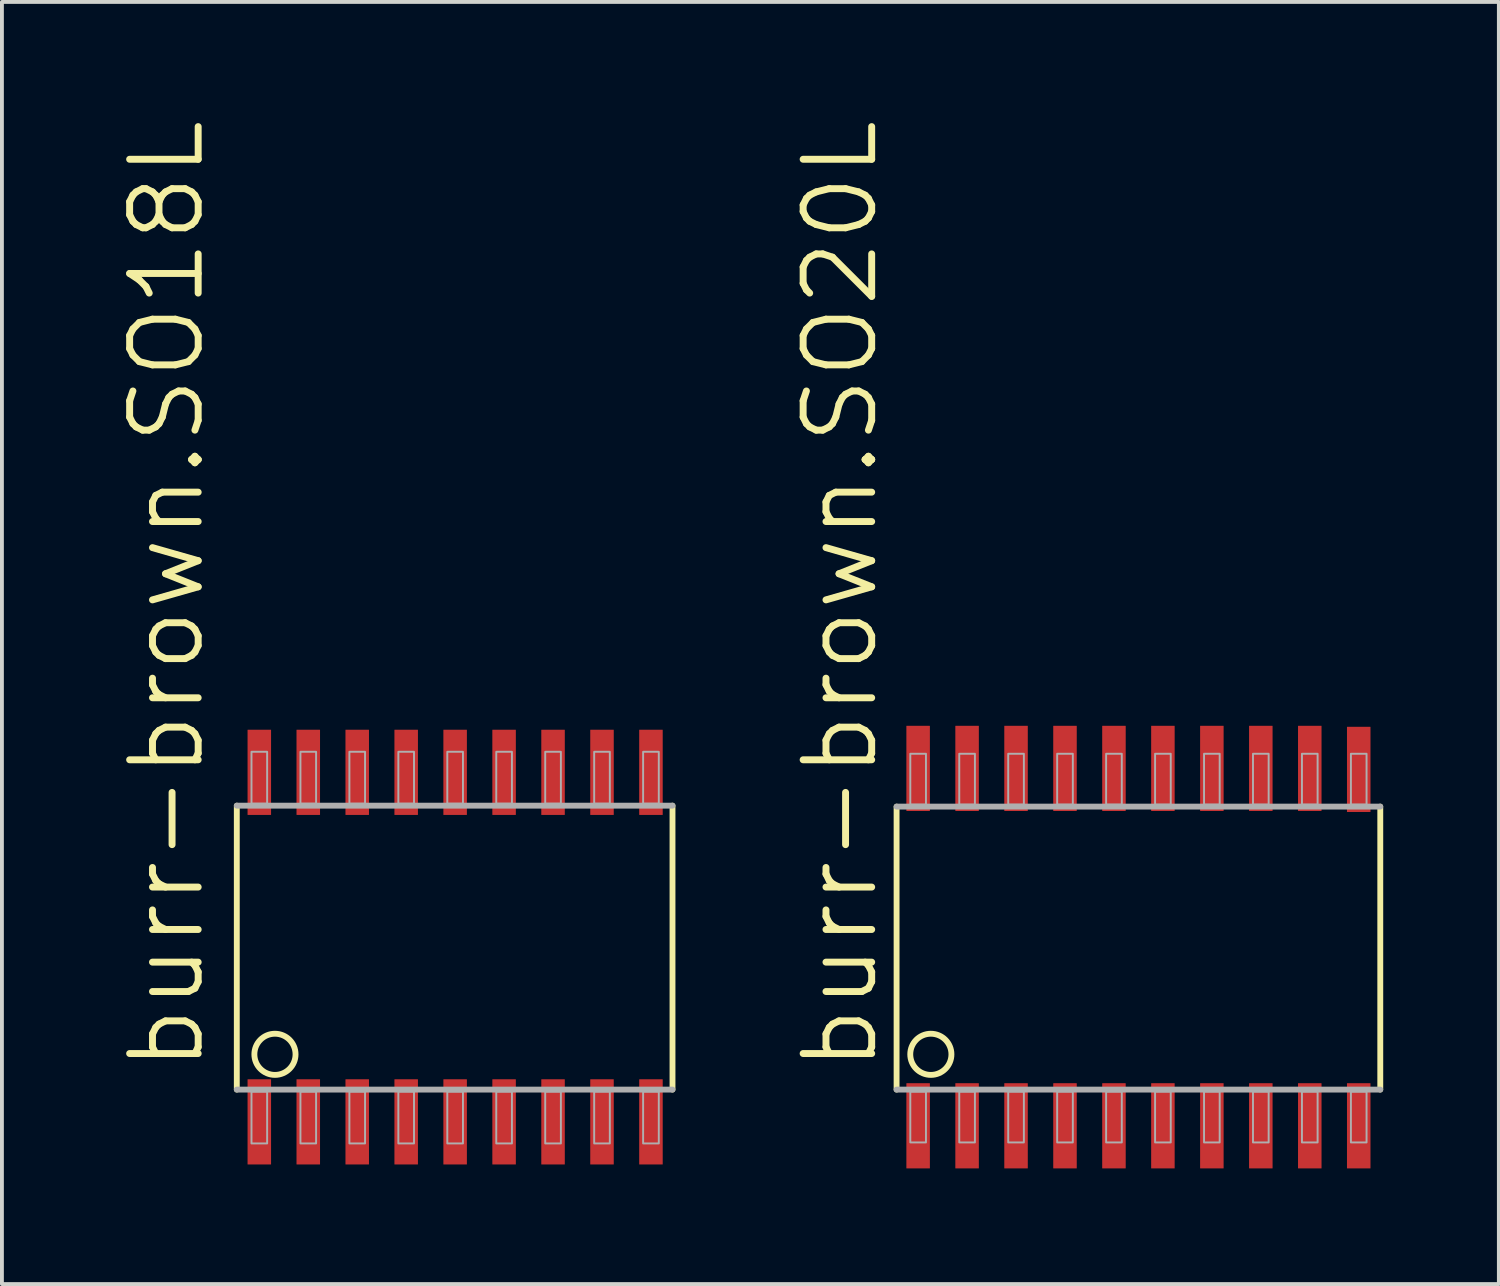
<source format=kicad_pcb>
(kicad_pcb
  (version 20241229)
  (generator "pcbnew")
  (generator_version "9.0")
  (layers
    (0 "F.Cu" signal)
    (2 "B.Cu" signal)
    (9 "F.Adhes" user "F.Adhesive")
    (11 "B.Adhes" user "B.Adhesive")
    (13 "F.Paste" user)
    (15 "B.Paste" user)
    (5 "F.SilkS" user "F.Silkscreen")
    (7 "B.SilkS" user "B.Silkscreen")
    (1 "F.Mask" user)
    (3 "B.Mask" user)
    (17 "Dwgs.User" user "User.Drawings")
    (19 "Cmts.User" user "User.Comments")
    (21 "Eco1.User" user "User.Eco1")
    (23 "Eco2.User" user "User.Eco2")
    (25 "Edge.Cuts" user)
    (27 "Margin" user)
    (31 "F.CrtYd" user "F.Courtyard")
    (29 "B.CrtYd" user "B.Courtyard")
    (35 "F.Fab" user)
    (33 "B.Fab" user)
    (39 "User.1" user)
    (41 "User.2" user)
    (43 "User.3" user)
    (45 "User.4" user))
  (footprint "burr-brown.SO20L"
    (layer "F.Cu")
    (at 26.483 21.52)
    (property "Reference" "burr-brown.SO20L" (at -6.693 3.302 90) (layer "F.SilkS") (effects (font (size 1.778 1.778) (thickness 0.18)) (justify left bottom)))
    (attr smd)
    (fp_line (start -6.274 -3.645) (end -6.274 3.696) (stroke (width 0.152) (type default)) (layer "F.SilkS"))
    (fp_line (start 6.274 3.696) (end 6.274 -3.645) (stroke (width 0.152) (type default)) (layer "F.SilkS"))
    (fp_circle (center -5.385 2.781) (end -4.851 2.781) (stroke (width 0.152) (type default)) (fill no) (layer "F.SilkS"))
    (fp_line (start -6.274 3.696) (end 6.274 3.696) (stroke (width 0.152) (type default)) (layer "F.Fab"))
    (fp_line (start 6.274 -3.645) (end -6.274 -3.645) (stroke (width 0.152) (type default)) (layer "F.Fab"))
    (fp_rect (start -5.918 -3.696) (end -5.512 -5.016) (stroke (width 0.05) (type default)) (fill no) (layer "F.Fab"))
    (fp_rect (start -5.918 5.067) (end -5.512 3.747) (stroke (width 0.05) (type default)) (fill no) (layer "F.Fab"))
    (fp_rect (start -4.648 -3.696) (end -4.242 -5.016) (stroke (width 0.05) (type default)) (fill no) (layer "F.Fab"))
    (fp_rect (start -4.648 5.067) (end -4.242 3.747) (stroke (width 0.05) (type default)) (fill no) (layer "F.Fab"))
    (fp_rect (start -3.378 -3.696) (end -2.972 -5.016) (stroke (width 0.05) (type default)) (fill no) (layer "F.Fab"))
    (fp_rect (start -3.378 5.067) (end -2.972 3.747) (stroke (width 0.05) (type default)) (fill no) (layer "F.Fab"))
    (fp_rect (start -2.108 -3.696) (end -1.702 -5.016) (stroke (width 0.05) (type default)) (fill no) (layer "F.Fab"))
    (fp_rect (start -2.108 5.067) (end -1.702 3.747) (stroke (width 0.05) (type default)) (fill no) (layer "F.Fab"))
    (fp_rect (start -0.838 -3.696) (end -0.432 -5.016) (stroke (width 0.05) (type default)) (fill no) (layer "F.Fab"))
    (fp_rect (start -0.838 5.067) (end -0.432 3.747) (stroke (width 0.05) (type default)) (fill no) (layer "F.Fab"))
    (fp_rect (start 0.432 -3.696) (end 0.838 -5.016) (stroke (width 0.05) (type default)) (fill no) (layer "F.Fab"))
    (fp_rect (start 0.432 5.067) (end 0.838 3.747) (stroke (width 0.05) (type default)) (fill no) (layer "F.Fab"))
    (fp_rect (start 1.702 -3.696) (end 2.108 -5.016) (stroke (width 0.05) (type default)) (fill no) (layer "F.Fab"))
    (fp_rect (start 1.702 5.067) (end 2.108 3.747) (stroke (width 0.05) (type default)) (fill no) (layer "F.Fab"))
    (fp_rect (start 2.972 -3.696) (end 3.378 -5.016) (stroke (width 0.05) (type default)) (fill no) (layer "F.Fab"))
    (fp_rect (start 2.972 5.067) (end 3.378 3.747) (stroke (width 0.05) (type default)) (fill no) (layer "F.Fab"))
    (fp_rect (start 4.242 -3.696) (end 4.648 -5.016) (stroke (width 0.05) (type default)) (fill no) (layer "F.Fab"))
    (fp_rect (start 4.242 5.067) (end 4.648 3.747) (stroke (width 0.05) (type default)) (fill no) (layer "F.Fab"))
    (fp_rect (start 5.512 -3.696) (end 5.918 -5.016) (stroke (width 0.05) (type default)) (fill no) (layer "F.Fab"))
    (fp_rect (start 5.512 5.067) (end 5.918 3.747) (stroke (width 0.05) (type default)) (fill no) (layer "F.Fab"))
    (pad "1" smd roundrect (at -5.715 4.636) (size 0.61 2.21) (layers "F.Cu" "F.Mask" "F.Paste") (roundrect_rratio 0.01))
    (pad "2" smd roundrect (at -4.445 4.636) (size 0.61 2.21) (layers "F.Cu" "F.Mask" "F.Paste") (roundrect_rratio 0.01))
    (pad "3" smd roundrect (at -3.175 4.636) (size 0.61 2.21) (layers "F.Cu" "F.Mask" "F.Paste") (roundrect_rratio 0.01))
    (pad "4" smd roundrect (at -1.905 4.636) (size 0.61 2.21) (layers "F.Cu" "F.Mask" "F.Paste") (roundrect_rratio 0.01))
    (pad "5" smd roundrect (at -0.635 4.636) (size 0.61 2.21) (layers "F.Cu" "F.Mask" "F.Paste") (roundrect_rratio 0.01))
    (pad "6" smd roundrect (at 0.635 4.636) (size 0.61 2.21) (layers "F.Cu" "F.Mask" "F.Paste") (roundrect_rratio 0.01))
    (pad "7" smd roundrect (at 1.905 4.636) (size 0.61 2.21) (layers "F.Cu" "F.Mask" "F.Paste") (roundrect_rratio 0.01))
    (pad "8" smd roundrect (at 3.175 4.636) (size 0.61 2.21) (layers "F.Cu" "F.Mask" "F.Paste") (roundrect_rratio 0.01))
    (pad "9" smd roundrect (at 4.445 4.636) (size 0.61 2.21) (layers "F.Cu" "F.Mask" "F.Paste") (roundrect_rratio 0.01))
    (pad "10" smd roundrect (at 5.715 4.636) (size 0.61 2.21) (layers "F.Cu" "F.Mask" "F.Paste") (roundrect_rratio 0.01))
    (pad "11" smd roundrect (at 5.715 -4.61) (size 0.61 2.21) (layers "F.Cu" "F.Mask" "F.Paste") (roundrect_rratio 0.01))
    (pad "12" smd roundrect (at 4.445 -4.636) (size 0.61 2.21) (layers "F.Cu" "F.Mask" "F.Paste") (roundrect_rratio 0.01))
    (pad "13" smd roundrect (at 3.175 -4.636) (size 0.61 2.21) (layers "F.Cu" "F.Mask" "F.Paste") (roundrect_rratio 0.01))
    (pad "14" smd roundrect (at 1.905 -4.636) (size 0.61 2.21) (layers "F.Cu" "F.Mask" "F.Paste") (roundrect_rratio 0.01))
    (pad "15" smd roundrect (at 0.635 -4.636) (size 0.61 2.21) (layers "F.Cu" "F.Mask" "F.Paste") (roundrect_rratio 0.01))
    (pad "16" smd roundrect (at -0.635 -4.636) (size 0.61 2.21) (layers "F.Cu" "F.Mask" "F.Paste") (roundrect_rratio 0.01))
    (pad "17" smd roundrect (at -1.905 -4.636) (size 0.61 2.21) (layers "F.Cu" "F.Mask" "F.Paste") (roundrect_rratio 0.01))
    (pad "18" smd roundrect (at -3.175 -4.636) (size 0.61 2.21) (layers "F.Cu" "F.Mask" "F.Paste") (roundrect_rratio 0.01))
    (pad "19" smd roundrect (at -4.445 -4.636) (size 0.61 2.21) (layers "F.Cu" "F.Mask" "F.Paste") (roundrect_rratio 0.01))
    (pad "20" smd roundrect (at -5.715 -4.636) (size 0.61 2.21) (layers "F.Cu" "F.Mask" "F.Paste") (roundrect_rratio 0.01)))
  (footprint "burr-brown.SO18L"
    (layer "F.Cu")
    (at 8.757 21.52)
    (property "Reference" "burr-brown.SO18L" (at -6.439 3.302 90) (layer "F.SilkS") (effects (font (size 1.778 1.778) (thickness 0.18)) (justify left bottom)))
    (attr smd)
    (fp_line (start -5.664 -3.67) (end -5.664 3.696) (stroke (width 0.152) (type default)) (layer "F.SilkS"))
    (fp_line (start 5.639 3.696) (end 5.639 -3.67) (stroke (width 0.152) (type default)) (layer "F.SilkS"))
    (fp_circle (center -4.674 2.781) (end -4.14 2.781) (stroke (width 0.152) (type default)) (fill no) (layer "F.SilkS"))
    (fp_line (start -5.664 3.696) (end 5.639 3.696) (stroke (width 0.152) (type default)) (layer "F.Fab"))
    (fp_line (start 5.639 -3.67) (end -5.664 -3.67) (stroke (width 0.152) (type default)) (layer "F.Fab"))
    (fp_rect (start -5.283 -3.721) (end -4.877 -5.067) (stroke (width 0.05) (type default)) (fill no) (layer "F.Fab"))
    (fp_rect (start -5.283 5.093) (end -4.877 3.747) (stroke (width 0.05) (type default)) (fill no) (layer "F.Fab"))
    (fp_rect (start -4.013 -3.721) (end -3.607 -5.067) (stroke (width 0.05) (type default)) (fill no) (layer "F.Fab"))
    (fp_rect (start -4.013 5.093) (end -3.607 3.747) (stroke (width 0.05) (type default)) (fill no) (layer "F.Fab"))
    (fp_rect (start -2.743 -3.721) (end -2.337 -5.067) (stroke (width 0.05) (type default)) (fill no) (layer "F.Fab"))
    (fp_rect (start -2.743 5.093) (end -2.337 3.747) (stroke (width 0.05) (type default)) (fill no) (layer "F.Fab"))
    (fp_rect (start -1.473 -3.721) (end -1.067 -5.067) (stroke (width 0.05) (type default)) (fill no) (layer "F.Fab"))
    (fp_rect (start -1.473 5.093) (end -1.067 3.747) (stroke (width 0.05) (type default)) (fill no) (layer "F.Fab"))
    (fp_rect (start -0.203 -3.721) (end 0.203 -5.067) (stroke (width 0.05) (type default)) (fill no) (layer "F.Fab"))
    (fp_rect (start -0.203 5.093) (end 0.203 3.747) (stroke (width 0.05) (type default)) (fill no) (layer "F.Fab"))
    (fp_rect (start 1.067 -3.721) (end 1.473 -5.067) (stroke (width 0.05) (type default)) (fill no) (layer "F.Fab"))
    (fp_rect (start 1.067 5.093) (end 1.473 3.747) (stroke (width 0.05) (type default)) (fill no) (layer "F.Fab"))
    (fp_rect (start 2.337 -3.721) (end 2.743 -5.067) (stroke (width 0.05) (type default)) (fill no) (layer "F.Fab"))
    (fp_rect (start 2.337 5.093) (end 2.743 3.747) (stroke (width 0.05) (type default)) (fill no) (layer "F.Fab"))
    (fp_rect (start 3.607 -3.721) (end 4.013 -5.067) (stroke (width 0.05) (type default)) (fill no) (layer "F.Fab"))
    (fp_rect (start 3.607 5.093) (end 4.013 3.747) (stroke (width 0.05) (type default)) (fill no) (layer "F.Fab"))
    (fp_rect (start 4.877 -3.721) (end 5.283 -5.067) (stroke (width 0.05) (type default)) (fill no) (layer "F.Fab"))
    (fp_rect (start 4.877 5.093) (end 5.283 3.747) (stroke (width 0.05) (type default)) (fill no) (layer "F.Fab"))
    (pad "1" smd roundrect (at -5.08 4.534) (size 0.61 2.21) (layers "F.Cu" "F.Mask" "F.Paste") (roundrect_rratio 0.01))
    (pad "2" smd roundrect (at -3.81 4.534) (size 0.61 2.21) (layers "F.Cu" "F.Mask" "F.Paste") (roundrect_rratio 0.01))
    (pad "3" smd roundrect (at -2.54 4.534) (size 0.61 2.21) (layers "F.Cu" "F.Mask" "F.Paste") (roundrect_rratio 0.01))
    (pad "4" smd roundrect (at -1.27 4.534) (size 0.61 2.21) (layers "F.Cu" "F.Mask" "F.Paste") (roundrect_rratio 0.01))
    (pad "5" smd roundrect (at 0 4.534) (size 0.61 2.21) (layers "F.Cu" "F.Mask" "F.Paste") (roundrect_rratio 0.01))
    (pad "6" smd roundrect (at 1.27 4.534) (size 0.61 2.21) (layers "F.Cu" "F.Mask" "F.Paste") (roundrect_rratio 0.01))
    (pad "7" smd roundrect (at 2.54 4.534) (size 0.61 2.21) (layers "F.Cu" "F.Mask" "F.Paste") (roundrect_rratio 0.01))
    (pad "8" smd roundrect (at 3.81 4.534) (size 0.61 2.21) (layers "F.Cu" "F.Mask" "F.Paste") (roundrect_rratio 0.01))
    (pad "9" smd roundrect (at 5.08 4.534) (size 0.61 2.21) (layers "F.Cu" "F.Mask" "F.Paste") (roundrect_rratio 0.01))
    (pad "10" smd roundrect (at 5.08 -4.534) (size 0.61 2.21) (layers "F.Cu" "F.Mask" "F.Paste") (roundrect_rratio 0.01))
    (pad "11" smd roundrect (at 3.81 -4.534) (size 0.61 2.21) (layers "F.Cu" "F.Mask" "F.Paste") (roundrect_rratio 0.01))
    (pad "12" smd roundrect (at 2.54 -4.534) (size 0.61 2.21) (layers "F.Cu" "F.Mask" "F.Paste") (roundrect_rratio 0.01))
    (pad "13" smd roundrect (at 1.27 -4.534) (size 0.61 2.21) (layers "F.Cu" "F.Mask" "F.Paste") (roundrect_rratio 0.01))
    (pad "14" smd roundrect (at 0 -4.534) (size 0.61 2.21) (layers "F.Cu" "F.Mask" "F.Paste") (roundrect_rratio 0.01))
    (pad "15" smd roundrect (at -1.27 -4.534) (size 0.61 2.21) (layers "F.Cu" "F.Mask" "F.Paste") (roundrect_rratio 0.01))
    (pad "16" smd roundrect (at -2.54 -4.534) (size 0.61 2.21) (layers "F.Cu" "F.Mask" "F.Paste") (roundrect_rratio 0.01))
    (pad "17" smd roundrect (at -3.81 -4.534) (size 0.61 2.21) (layers "F.Cu" "F.Mask" "F.Paste") (roundrect_rratio 0.01))
    (pad "18" smd roundrect (at -5.08 -4.534) (size 0.61 2.21) (layers "F.Cu" "F.Mask" "F.Paste") (roundrect_rratio 0.01)))
  (gr_rect
    (start -3 -3)
    (end 35.833 30.261)
    (stroke (width 0.1) (type default))
    (fill no)
    (layer "Edge.Cuts")))
</source>
